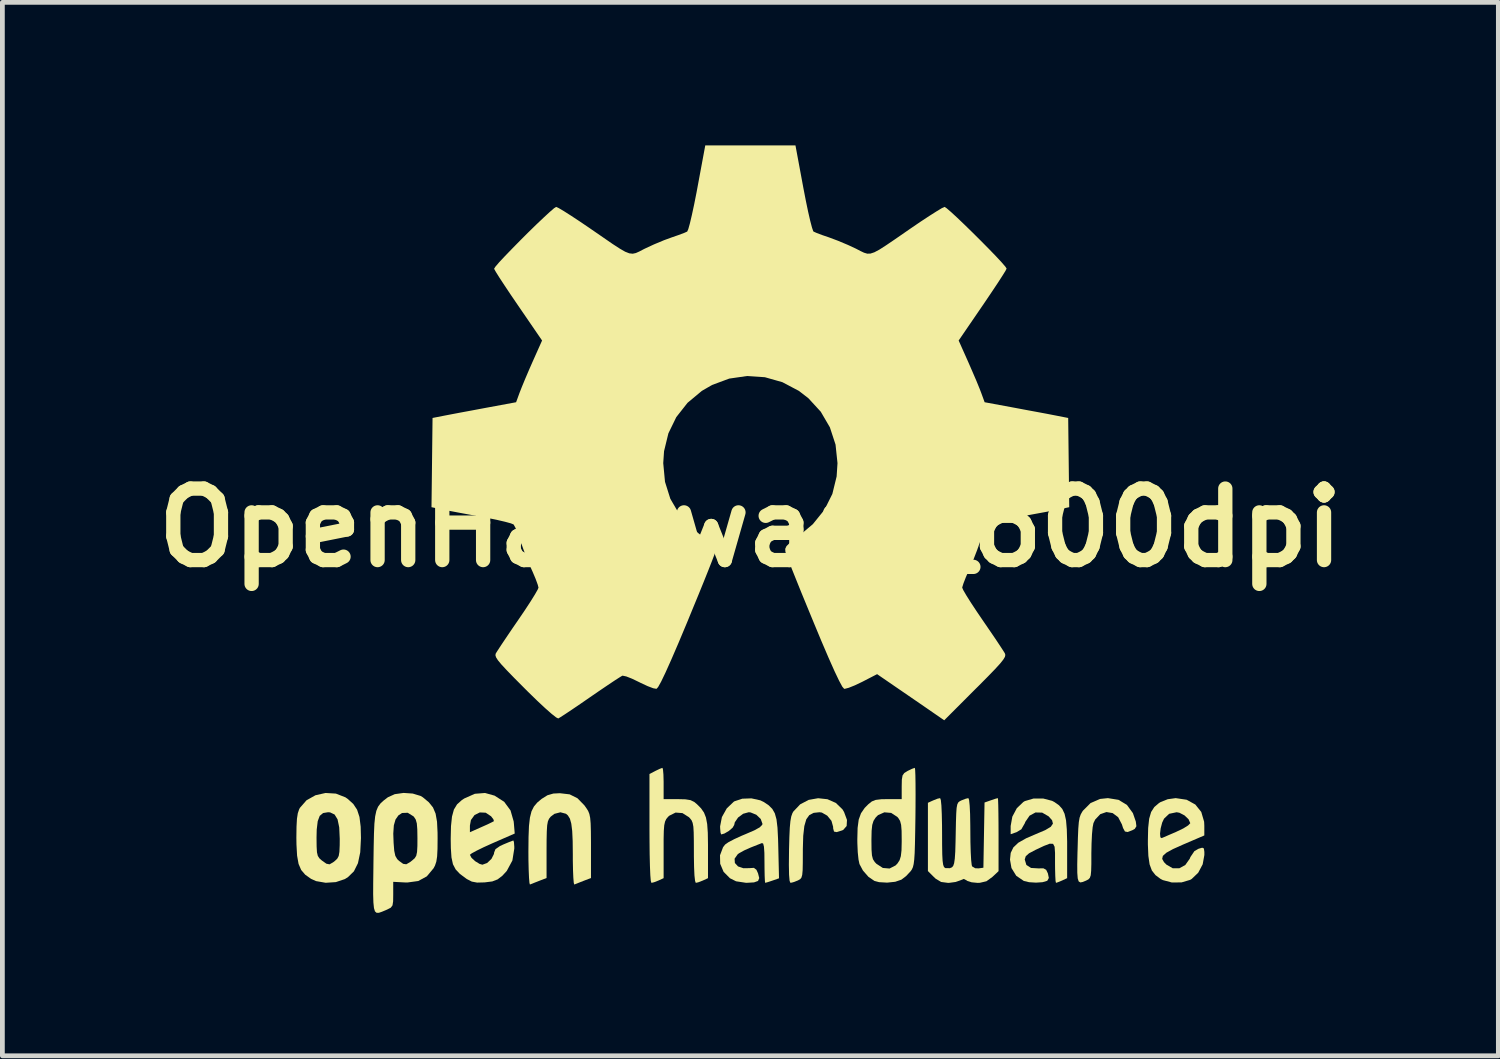
<source format=kicad_pcb>
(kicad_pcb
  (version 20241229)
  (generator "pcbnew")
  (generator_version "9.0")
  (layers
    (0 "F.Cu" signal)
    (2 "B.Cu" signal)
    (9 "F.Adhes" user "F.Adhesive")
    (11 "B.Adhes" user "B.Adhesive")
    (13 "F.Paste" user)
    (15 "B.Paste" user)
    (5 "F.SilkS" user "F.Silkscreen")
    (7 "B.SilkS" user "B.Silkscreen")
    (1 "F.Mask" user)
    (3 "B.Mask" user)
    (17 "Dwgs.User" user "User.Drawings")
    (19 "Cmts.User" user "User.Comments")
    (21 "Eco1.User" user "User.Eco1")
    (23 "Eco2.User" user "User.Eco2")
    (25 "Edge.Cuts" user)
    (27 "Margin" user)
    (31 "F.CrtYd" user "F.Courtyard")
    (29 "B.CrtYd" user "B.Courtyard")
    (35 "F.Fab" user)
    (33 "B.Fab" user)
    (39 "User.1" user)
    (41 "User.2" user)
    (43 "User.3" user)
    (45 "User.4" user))
  (footprint "OpenHardware_600dpi"
    (layer "F.Cu")
    (at 12.693 8.022)
    (property "Reference" "OpenHardware_600dpi" (at 0 0 0) (layer "F.SilkS") (effects (font (size 1.5 1.5) (thickness 0.3))))
    (attr board_only exclude_from_pos_files exclude_from_bom allow_missing_courtyard)
    (fp_poly (pts (xy 1.617 5.696) (xy 1.794 5.774) (xy 1.933 5.909) (xy 1.966 5.965) (xy 2.027 6.13) (xy 2.02 6.258) (xy 1.948 6.34) (xy 1.923 6.351) (xy 1.811 6.386) (xy 1.755 6.375) (xy 1.737 6.308) (xy 1.736 6.273) (xy 1.701 6.149) (xy 1.613 6.041) (xy 1.5 5.976) (xy 1.451 5.969) (xy 1.328 5.982) (xy 1.237 6.029) (xy 1.173 6.118) (xy 1.132 6.26) (xy 1.109 6.464) (xy 1.101 6.741) (xy 1.101 6.807) (xy 1.1 7.03) (xy 1.097 7.184) (xy 1.088 7.282) (xy 1.071 7.341) (xy 1.044 7.374) (xy 1.003 7.397) (xy 0.993 7.402) (xy 0.898 7.438) (xy 0.841 7.451) (xy 0.823 7.409) (xy 0.812 7.283) (xy 0.808 7.073) (xy 0.811 6.781) (xy 0.811 6.761) (xy 0.818 6.493) (xy 0.827 6.295) (xy 0.84 6.155) (xy 0.858 6.057) (xy 0.882 5.989) (xy 0.902 5.954) (xy 1.044 5.804) (xy 1.223 5.71) (xy 1.421 5.675)) (stroke (width 0) (type solid)) (fill yes) (layer "F.SilkS"))
    (fp_poly (pts (xy 7.724 5.709) (xy 7.9 5.815) (xy 8.026 5.988) (xy 8.087 6.165) (xy 8.099 6.263) (xy 8.065 6.318) (xy 8.015 6.346) (xy 7.916 6.384) (xy 7.859 6.373) (xy 7.819 6.3) (xy 7.795 6.224) (xy 7.716 6.073) (xy 7.601 5.987) (xy 7.47 5.965) (xy 7.341 6.01) (xy 7.235 6.122) (xy 7.198 6.197) (xy 7.181 6.284) (xy 7.167 6.435) (xy 7.158 6.627) (xy 7.154 6.833) (xy 7.154 7.05) (xy 7.15 7.198) (xy 7.141 7.292) (xy 7.122 7.346) (xy 7.092 7.378) (xy 7.048 7.401) (xy 7.047 7.402) (xy 6.974 7.432) (xy 6.923 7.442) (xy 6.888 7.42) (xy 6.868 7.357) (xy 6.859 7.241) (xy 6.858 7.064) (xy 6.863 6.814) (xy 6.865 6.761) (xy 6.872 6.502) (xy 6.88 6.312) (xy 6.891 6.178) (xy 6.907 6.084) (xy 6.931 6.015) (xy 6.963 5.958) (xy 6.979 5.935) (xy 7.138 5.776) (xy 7.337 5.69) (xy 7.501 5.673)) (stroke (width 0) (type solid)) (fill yes) (layer "F.SilkS"))
    (fp_poly (pts (xy -3.791 5.594) (xy -3.627 5.676) (xy -3.481 5.826) (xy -3.44 5.884) (xy -3.403 5.943) (xy -3.378 6.005) (xy -3.361 6.087) (xy -3.351 6.203) (xy -3.346 6.368) (xy -3.344 6.598) (xy -3.344 6.686) (xy -3.344 7.349) (xy -3.503 7.41) (xy -3.612 7.453) (xy -3.684 7.482) (xy -3.694 7.486) (xy -3.705 7.451) (xy -3.714 7.346) (xy -3.721 7.184) (xy -3.725 6.98) (xy -3.725 6.859) (xy -3.728 6.574) (xy -3.738 6.361) (xy -3.757 6.209) (xy -3.786 6.104) (xy -3.829 6.035) (xy -3.869 6.001) (xy -3.985 5.97) (xy -4.112 6.003) (xy -4.189 6.062) (xy -4.224 6.106) (xy -4.248 6.161) (xy -4.263 6.243) (xy -4.271 6.367) (xy -4.275 6.548) (xy -4.276 6.752) (xy -4.276 7.349) (xy -4.434 7.41) (xy -4.543 7.453) (xy -4.616 7.482) (xy -4.625 7.486) (xy -4.635 7.451) (xy -4.644 7.344) (xy -4.651 7.181) (xy -4.656 6.973) (xy -4.657 6.797) (xy -4.654 6.492) (xy -4.645 6.258) (xy -4.625 6.082) (xy -4.592 5.95) (xy -4.541 5.849) (xy -4.471 5.766) (xy -4.381 5.69) (xy -4.258 5.613) (xy -4.134 5.577) (xy -3.996 5.57)) (stroke (width 0) (type solid)) (fill yes) (layer "F.SilkS"))
    (fp_poly (pts (xy -8.696 5.578) (xy -8.496 5.656) (xy -8.447 5.69) (xy -8.331 5.795) (xy -8.251 5.916) (xy -8.201 6.069) (xy -8.176 6.271) (xy -8.17 6.511) (xy -8.185 6.809) (xy -8.233 7.038) (xy -8.318 7.209) (xy -8.444 7.332) (xy -8.509 7.372) (xy -8.697 7.435) (xy -8.91 7.449) (xy -9.112 7.414) (xy -9.218 7.366) (xy -9.339 7.28) (xy -9.424 7.181) (xy -9.479 7.053) (xy -9.51 6.88) (xy -9.523 6.647) (xy -9.525 6.505) (xy -9.525 6.502) (xy -9.102 6.502) (xy -9.1 6.688) (xy -9.093 6.809) (xy -9.075 6.885) (xy -9.042 6.936) (xy -8.99 6.982) (xy -8.895 7.049) (xy -8.829 7.062) (xy -8.755 7.02) (xy -8.715 6.989) (xy -8.667 6.943) (xy -8.637 6.887) (xy -8.622 6.8) (xy -8.616 6.662) (xy -8.615 6.528) (xy -8.626 6.286) (xy -8.661 6.118) (xy -8.723 6.017) (xy -8.817 5.972) (xy -8.861 5.969) (xy -8.964 5.986) (xy -9.035 6.045) (xy -9.077 6.156) (xy -9.098 6.332) (xy -9.102 6.502) (xy -9.525 6.502) (xy -9.522 6.272) (xy -9.513 6.107) (xy -9.495 5.991) (xy -9.467 5.908) (xy -9.451 5.877) (xy -9.312 5.718) (xy -9.125 5.613) (xy -8.913 5.565)) (stroke (width 0) (type solid)) (fill yes) (layer "F.SilkS"))
    (fp_poly (pts (xy -1.833 5.077) (xy -1.824 5.18) (xy -1.82 5.327) (xy -1.82 5.366) (xy -1.82 5.694) (xy -1.527 5.694) (xy -1.363 5.698) (xy -1.256 5.715) (xy -1.178 5.753) (xy -1.121 5.8) (xy -1.035 5.887) (xy -0.973 5.976) (xy -0.932 6.08) (xy -0.906 6.217) (xy -0.893 6.401) (xy -0.889 6.649) (xy -0.889 6.743) (xy -0.889 7.352) (xy -0.997 7.402) (xy -1.09 7.438) (xy -1.145 7.451) (xy -1.16 7.41) (xy -1.173 7.296) (xy -1.181 7.12) (xy -1.185 6.892) (xy -1.185 6.814) (xy -1.186 6.568) (xy -1.189 6.393) (xy -1.196 6.273) (xy -1.211 6.193) (xy -1.233 6.139) (xy -1.267 6.096) (xy -1.289 6.073) (xy -1.425 5.987) (xy -1.569 5.976) (xy -1.703 6.043) (xy -1.728 6.067) (xy -1.765 6.112) (xy -1.79 6.165) (xy -1.807 6.242) (xy -1.816 6.358) (xy -1.82 6.528) (xy -1.82 6.759) (xy -1.82 7.352) (xy -1.928 7.402) (xy -2.021 7.438) (xy -2.076 7.451) (xy -2.089 7.409) (xy -2.099 7.29) (xy -2.107 7.1) (xy -2.113 6.844) (xy -2.116 6.531) (xy -2.117 6.309) (xy -2.117 5.167) (xy -1.992 5.102) (xy -1.9 5.058) (xy -1.845 5.038) (xy -1.844 5.038)) (stroke (width 0) (type solid)) (fill yes) (layer "F.SilkS"))
    (fp_poly (pts (xy 6.331 5.73) (xy 6.38 5.756) (xy 6.475 5.823) (xy 6.544 5.9) (xy 6.592 6.001) (xy 6.623 6.139) (xy 6.639 6.329) (xy 6.646 6.584) (xy 6.646 6.722) (xy 6.646 7.352) (xy 6.539 7.402) (xy 6.454 7.437) (xy 6.412 7.451) (xy 6.403 7.411) (xy 6.397 7.305) (xy 6.393 7.15) (xy 6.392 7.024) (xy 6.392 6.821) (xy 6.383 6.693) (xy 6.351 6.632) (xy 6.281 6.629) (xy 6.161 6.675) (xy 5.98 6.76) (xy 5.846 6.831) (xy 5.778 6.892) (xy 5.757 6.958) (xy 5.757 6.962) (xy 5.791 7.076) (xy 5.889 7.138) (xy 6.04 7.147) (xy 6.149 7.146) (xy 6.206 7.177) (xy 6.242 7.252) (xy 6.262 7.348) (xy 6.233 7.402) (xy 6.221 7.41) (xy 6.129 7.437) (xy 5.992 7.446) (xy 5.848 7.437) (xy 5.736 7.41) (xy 5.578 7.302) (xy 5.478 7.14) (xy 5.447 6.964) (xy 5.462 6.822) (xy 5.517 6.708) (xy 5.621 6.609) (xy 5.787 6.515) (xy 5.996 6.425) (xy 6.187 6.344) (xy 6.303 6.274) (xy 6.348 6.208) (xy 6.33 6.137) (xy 6.257 6.055) (xy 6.122 5.977) (xy 5.982 5.974) (xy 5.858 6.041) (xy 5.768 6.172) (xy 5.759 6.198) (xy 5.685 6.327) (xy 5.586 6.387) (xy 5.461 6.43) (xy 5.461 6.258) (xy 5.496 6.062) (xy 5.59 5.885) (xy 5.727 5.754) (xy 5.759 5.735) (xy 5.939 5.682) (xy 6.143 5.681)) (stroke (width 0) (type solid)) (fill yes) (layer "F.SilkS"))
    (fp_poly (pts (xy 9.153 5.707) (xy 9.335 5.807) (xy 9.46 5.963) (xy 9.52 6.168) (xy 9.524 6.251) (xy 9.524 6.456) (xy 9.081 6.646) (xy 8.867 6.742) (xy 8.727 6.819) (xy 8.654 6.885) (xy 8.64 6.948) (xy 8.678 7.016) (xy 8.729 7.068) (xy 8.862 7.145) (xy 9 7.145) (xy 9.125 7.076) (xy 9.219 6.943) (xy 9.232 6.909) (xy 9.316 6.785) (xy 9.401 6.736) (xy 9.48 6.713) (xy 9.515 6.729) (xy 9.525 6.802) (xy 9.525 6.866) (xy 9.49 7.061) (xy 9.396 7.238) (xy 9.259 7.369) (xy 9.227 7.388) (xy 9.047 7.441) (xy 8.843 7.443) (xy 8.655 7.393) (xy 8.606 7.368) (xy 8.499 7.288) (xy 8.424 7.192) (xy 8.376 7.063) (xy 8.35 6.885) (xy 8.34 6.644) (xy 8.34 6.562) (xy 8.343 6.419) (xy 8.595 6.419) (xy 8.602 6.495) (xy 8.628 6.512) (xy 8.681 6.49) (xy 8.789 6.443) (xy 8.931 6.382) (xy 8.945 6.375) (xy 9.083 6.309) (xy 9.184 6.246) (xy 9.228 6.201) (xy 9.229 6.197) (xy 9.193 6.116) (xy 9.108 6.035) (xy 9.002 5.98) (xy 8.943 5.969) (xy 8.786 6.002) (xy 8.679 6.104) (xy 8.64 6.186) (xy 8.608 6.308) (xy 8.595 6.419) (xy 8.343 6.419) (xy 8.346 6.299) (xy 8.367 6.105) (xy 8.408 5.964) (xy 8.475 5.86) (xy 8.572 5.777) (xy 8.606 5.756) (xy 8.756 5.696) (xy 8.924 5.673)) (stroke (width 0) (type solid)) (fill yes) (layer "F.SilkS"))
    (fp_poly (pts (xy -5.366 5.621) (xy -5.165 5.75) (xy -5.032 5.931) (xy -4.966 6.161) (xy -4.962 6.199) (xy -4.944 6.416) (xy -5.414 6.621) (xy -5.595 6.703) (xy -5.744 6.776) (xy -5.845 6.831) (xy -5.884 6.861) (xy -5.884 6.862) (xy -5.851 6.925) (xy -5.773 6.997) (xy -5.681 7.053) (xy -5.622 7.07) (xy -5.523 7.034) (xy -5.432 6.948) (xy -5.38 6.845) (xy -5.376 6.814) (xy -5.348 6.744) (xy -5.253 6.678) (xy -5.182 6.645) (xy -5.067 6.597) (xy -4.989 6.567) (xy -4.971 6.562) (xy -4.96 6.599) (xy -4.953 6.693) (xy -4.953 6.732) (xy -4.993 6.982) (xy -5.111 7.201) (xy -5.202 7.3) (xy -5.303 7.378) (xy -5.415 7.421) (xy -5.575 7.441) (xy -5.577 7.441) (xy -5.734 7.445) (xy -5.845 7.424) (xy -5.946 7.372) (xy -5.965 7.359) (xy -6.094 7.263) (xy -6.183 7.169) (xy -6.24 7.06) (xy -6.271 6.917) (xy -6.284 6.721) (xy -6.287 6.527) (xy -6.284 6.388) (xy -5.884 6.388) (xy -5.641 6.28) (xy -5.511 6.222) (xy -5.417 6.176) (xy -5.38 6.156) (xy -5.392 6.116) (xy -5.44 6.054) (xy -5.553 5.979) (xy -5.676 5.973) (xy -5.787 6.028) (xy -5.863 6.133) (xy -5.884 6.248) (xy -5.884 6.388) (xy -6.284 6.388) (xy -6.281 6.259) (xy -6.26 6.06) (xy -6.22 5.913) (xy -6.154 5.804) (xy -6.057 5.717) (xy -6.002 5.68) (xy -5.781 5.582) (xy -5.567 5.565)) (stroke (width 0) (type solid)) (fill yes) (layer "F.SilkS"))
    (fp_poly (pts (xy -7.084 5.577) (xy -6.919 5.627) (xy -6.871 5.656) (xy -6.746 5.76) (xy -6.659 5.868) (xy -6.604 5.998) (xy -6.574 6.168) (xy -6.563 6.396) (xy -6.562 6.515) (xy -6.564 6.738) (xy -6.572 6.896) (xy -6.589 7.006) (xy -6.617 7.089) (xy -6.646 7.144) (xy -6.788 7.314) (xy -6.968 7.412) (xy -7.195 7.443) (xy -7.25 7.442) (xy -7.493 7.429) (xy -7.493 7.694) (xy -7.495 7.838) (xy -7.508 7.923) (xy -7.545 7.972) (xy -7.615 8.008) (xy -7.646 8.022) (xy -7.73 8.057) (xy -7.794 8.079) (xy -7.842 8.079) (xy -7.876 8.049) (xy -7.897 7.98) (xy -7.909 7.863) (xy -7.914 7.69) (xy -7.913 7.452) (xy -7.909 7.14) (xy -7.908 7.03) (xy -7.903 6.687) (xy -7.897 6.417) (xy -7.897 6.417) (xy -7.492 6.417) (xy -7.485 6.61) (xy -7.472 6.777) (xy -7.449 6.884) (xy -7.409 6.953) (xy -7.37 6.99) (xy -7.284 7.052) (xy -7.219 7.061) (xy -7.139 7.015) (xy -7.097 6.982) (xy -7.043 6.935) (xy -7.01 6.882) (xy -6.993 6.803) (xy -6.986 6.677) (xy -6.985 6.516) (xy -6.988 6.327) (xy -6.998 6.203) (xy -7.021 6.122) (xy -7.058 6.066) (xy -7.07 6.054) (xy -7.189 5.98) (xy -7.308 5.985) (xy -7.384 6.035) (xy -7.445 6.122) (xy -7.48 6.244) (xy -7.492 6.417) (xy -7.897 6.417) (xy -7.888 6.21) (xy -7.872 6.055) (xy -7.847 5.939) (xy -7.811 5.853) (xy -7.761 5.785) (xy -7.696 5.725) (xy -7.612 5.66) (xy -7.605 5.655) (xy -7.461 5.59) (xy -7.276 5.564)) (stroke (width 0) (type solid)) (fill yes) (layer "F.SilkS"))
    (fp_poly (pts (xy 5.197 5.713) (xy 5.201 5.824) (xy 5.204 5.994) (xy 5.206 6.208) (xy 5.207 6.439) (xy 5.207 7.205) (xy 5.076 7.328) (xy 4.953 7.417) (xy 4.817 7.449) (xy 4.766 7.451) (xy 4.643 7.439) (xy 4.552 7.41) (xy 4.537 7.399) (xy 4.478 7.368) (xy 4.402 7.399) (xy 4.307 7.432) (xy 4.175 7.45) (xy 4.146 7.451) (xy 4.002 7.432) (xy 3.887 7.363) (xy 3.849 7.327) (xy 3.725 7.203) (xy 3.725 6.487) (xy 3.725 5.771) (xy 3.833 5.722) (xy 3.926 5.685) (xy 3.981 5.673) (xy 3.996 5.713) (xy 4.008 5.829) (xy 4.016 6.009) (xy 4.021 6.244) (xy 4.022 6.394) (xy 4.023 6.66) (xy 4.026 6.854) (xy 4.033 6.987) (xy 4.045 7.071) (xy 4.062 7.118) (xy 4.087 7.139) (xy 4.091 7.141) (xy 4.184 7.143) (xy 4.229 7.125) (xy 4.255 7.096) (xy 4.275 7.039) (xy 4.289 6.942) (xy 4.299 6.793) (xy 4.305 6.578) (xy 4.308 6.426) (xy 4.313 6.177) (xy 4.319 6) (xy 4.327 5.881) (xy 4.341 5.806) (xy 4.362 5.763) (xy 4.393 5.738) (xy 4.427 5.721) (xy 4.52 5.685) (xy 4.574 5.673) (xy 4.589 5.713) (xy 4.601 5.828) (xy 4.61 6.007) (xy 4.614 6.239) (xy 4.615 6.361) (xy 4.617 6.597) (xy 4.623 6.805) (xy 4.632 6.97) (xy 4.644 7.076) (xy 4.652 7.105) (xy 4.717 7.144) (xy 4.788 7.147) (xy 4.889 7.133) (xy 4.901 6.449) (xy 4.913 5.765) (xy 5.045 5.719) (xy 5.139 5.687) (xy 5.191 5.673) (xy 5.192 5.673)) (stroke (width 0) (type solid)) (fill yes) (layer "F.SilkS"))
    (fp_poly (pts (xy 3.457 5.078) (xy 3.462 5.192) (xy 3.465 5.367) (xy 3.466 5.592) (xy 3.465 5.856) (xy 3.463 6.064) (xy 3.458 6.388) (xy 3.453 6.638) (xy 3.447 6.825) (xy 3.438 6.961) (xy 3.426 7.056) (xy 3.41 7.122) (xy 3.388 7.17) (xy 3.365 7.204) (xy 3.268 7.308) (xy 3.168 7.384) (xy 3.039 7.428) (xy 2.869 7.446) (xy 2.7 7.436) (xy 2.603 7.41) (xy 2.478 7.325) (xy 2.361 7.191) (xy 2.289 7.056) (xy 2.269 6.962) (xy 2.253 6.809) (xy 2.245 6.624) (xy 2.244 6.569) (xy 2.54 6.569) (xy 2.542 6.754) (xy 2.551 6.875) (xy 2.572 6.955) (xy 2.61 7.014) (xy 2.644 7.05) (xy 2.779 7.138) (xy 2.92 7.15) (xy 3.047 7.085) (xy 3.087 7.043) (xy 3.131 6.975) (xy 3.157 6.891) (xy 3.171 6.769) (xy 3.175 6.589) (xy 3.175 6.548) (xy 3.173 6.359) (xy 3.163 6.234) (xy 3.141 6.151) (xy 3.104 6.091) (xy 3.083 6.067) (xy 2.954 5.983) (xy 2.811 5.971) (xy 2.678 6.03) (xy 2.628 6.081) (xy 2.584 6.149) (xy 2.557 6.235) (xy 2.544 6.357) (xy 2.54 6.54) (xy 2.54 6.569) (xy 2.244 6.569) (xy 2.244 6.536) (xy 2.25 6.298) (xy 2.273 6.124) (xy 2.321 5.991) (xy 2.398 5.879) (xy 2.476 5.8) (xy 2.549 5.742) (xy 2.631 5.71) (xy 2.749 5.696) (xy 2.882 5.694) (xy 3.175 5.694) (xy 3.175 5.43) (xy 3.178 5.284) (xy 3.193 5.197) (xy 3.229 5.146) (xy 3.296 5.104) (xy 3.3 5.102) (xy 3.392 5.058) (xy 3.448 5.038) (xy 3.45 5.038)) (stroke (width 0) (type solid)) (fill yes) (layer "F.SilkS"))
    (fp_poly (pts (xy 0.208 5.719) (xy 0.283 5.755) (xy 0.385 5.824) (xy 0.46 5.899) (xy 0.513 5.992) (xy 0.548 6.118) (xy 0.569 6.293) (xy 0.581 6.528) (xy 0.586 6.713) (xy 0.601 7.355) (xy 0.464 7.403) (xy 0.367 7.435) (xy 0.313 7.45) (xy 0.311 7.451) (xy 0.305 7.411) (xy 0.3 7.305) (xy 0.297 7.15) (xy 0.296 7.023) (xy 0.294 6.821) (xy 0.285 6.692) (xy 0.269 6.628) (xy 0.244 6.616) (xy 0.243 6.616) (xy 0.174 6.643) (xy 0.06 6.688) (xy 0 6.712) (xy -0.13 6.77) (xy -0.236 6.829) (xy -0.265 6.85) (xy -0.331 6.944) (xy -0.325 7.034) (xy -0.259 7.106) (xy -0.145 7.144) (xy -0.023 7.142) (xy 0.074 7.136) (xy 0.127 7.176) (xy 0.161 7.251) (xy 0.186 7.351) (xy 0.161 7.411) (xy 0.076 7.441) (xy -0.082 7.45) (xy -0.089 7.45) (xy -0.3 7.418) (xy -0.428 7.354) (xy -0.562 7.219) (xy -0.633 7.051) (xy -0.637 6.872) (xy -0.573 6.703) (xy -0.53 6.647) (xy -0.462 6.599) (xy -0.337 6.533) (xy -0.177 6.46) (xy -0.105 6.43) (xy 0.083 6.349) (xy 0.198 6.285) (xy 0.249 6.232) (xy 0.254 6.212) (xy 0.217 6.11) (xy 0.125 6.022) (xy 0.005 5.973) (xy -0.035 5.969) (xy -0.151 6.001) (xy -0.258 6.08) (xy -0.327 6.181) (xy -0.339 6.235) (xy -0.372 6.293) (xy -0.452 6.362) (xy -0.545 6.416) (xy -0.612 6.435) (xy -0.626 6.397) (xy -0.634 6.303) (xy -0.635 6.265) (xy -0.597 6.07) (xy -0.495 5.888) (xy -0.349 5.749) (xy -0.333 5.739) (xy -0.17 5.685) (xy 0.022 5.678)) (stroke (width 0) (type solid)) (fill yes) (layer "F.SilkS"))
    (fp_poly (pts (xy 1.111 -7.134) (xy 1.162 -6.87) (xy 1.211 -6.634) (xy 1.256 -6.438) (xy 1.293 -6.297) (xy 1.319 -6.222) (xy 1.325 -6.214) (xy 1.389 -6.185) (xy 1.508 -6.14) (xy 1.651 -6.091) (xy 1.838 -6.021) (xy 2.05 -5.932) (xy 2.213 -5.856) (xy 2.309 -5.806) (xy 2.385 -5.77) (xy 2.452 -5.75) (xy 2.52 -5.752) (xy 2.602 -5.779) (xy 2.707 -5.835) (xy 2.847 -5.925) (xy 3.033 -6.051) (xy 3.276 -6.219) (xy 3.351 -6.271) (xy 3.562 -6.415) (xy 3.752 -6.54) (xy 3.908 -6.639) (xy 4.019 -6.706) (xy 4.074 -6.731) (xy 4.075 -6.731) (xy 4.119 -6.702) (xy 4.211 -6.623) (xy 4.34 -6.504) (xy 4.494 -6.357) (xy 4.663 -6.192) (xy 4.836 -6.02) (xy 5.002 -5.852) (xy 5.15 -5.699) (xy 5.269 -5.571) (xy 5.348 -5.48) (xy 5.376 -5.437) (xy 5.353 -5.391) (xy 5.289 -5.288) (xy 5.191 -5.136) (xy 5.065 -4.947) (xy 4.92 -4.732) (xy 4.873 -4.663) (xy 4.37 -3.928) (xy 4.571 -3.477) (xy 4.659 -3.275) (xy 4.743 -3.08) (xy 4.809 -2.918) (xy 4.843 -2.83) (xy 4.915 -2.633) (xy 5.537 -2.518) (xy 5.781 -2.472) (xy 6.019 -2.428) (xy 6.228 -2.389) (xy 6.382 -2.359) (xy 6.413 -2.353) (xy 6.668 -2.303) (xy 6.679 -1.367) (xy 6.69 -0.431) (xy 6.488 -0.388) (xy 6.374 -0.365) (xy 6.197 -0.331) (xy 5.979 -0.291) (xy 5.741 -0.247) (xy 5.652 -0.231) (xy 5.427 -0.188) (xy 5.231 -0.146) (xy 5.079 -0.108) (xy 4.987 -0.079) (xy 4.969 -0.069) (xy 4.933 -0.007) (xy 4.883 0.112) (xy 4.83 0.262) (xy 4.826 0.275) (xy 4.757 0.47) (xy 4.671 0.692) (xy 4.588 0.884) (xy 4.521 1.038) (xy 4.471 1.167) (xy 4.446 1.248) (xy 4.445 1.258) (xy 4.468 1.311) (xy 4.532 1.421) (xy 4.629 1.575) (xy 4.752 1.761) (xy 4.869 1.933) (xy 5.01 2.139) (xy 5.137 2.325) (xy 5.24 2.48) (xy 5.311 2.589) (xy 5.339 2.634) (xy 5.349 2.668) (xy 5.341 2.709) (xy 5.306 2.767) (xy 5.24 2.85) (xy 5.135 2.965) (xy 4.984 3.121) (xy 4.781 3.326) (xy 4.726 3.38) (xy 4.067 4.04) (xy 3.822 3.871) (xy 3.689 3.779) (xy 3.51 3.656) (xy 3.309 3.518) (xy 3.118 3.387) (xy 2.659 3.072) (xy 2.347 3.233) (xy 2.194 3.306) (xy 2.064 3.358) (xy 1.98 3.38) (xy 1.967 3.379) (xy 1.929 3.335) (xy 1.862 3.211) (xy 1.765 3.008) (xy 1.639 2.725) (xy 1.484 2.363) (xy 1.329 1.99) (xy 1.195 1.665) (xy 1.07 1.361) (xy 0.96 1.088) (xy 0.867 0.856) (xy 0.796 0.674) (xy 0.751 0.552) (xy 0.735 0.504) (xy 0.731 0.443) (xy 0.757 0.387) (xy 0.825 0.319) (xy 0.948 0.225) (xy 0.988 0.197) (xy 1.311 -0.075) (xy 1.554 -0.376) (xy 1.72 -0.709) (xy 1.81 -1.076) (xy 1.828 -1.355) (xy 1.787 -1.744) (xy 1.668 -2.107) (xy 1.477 -2.434) (xy 1.217 -2.717) (xy 1.018 -2.871) (xy 0.671 -3.054) (xy 0.304 -3.158) (xy -0.07 -3.183) (xy -0.443 -3.129) (xy -0.804 -2.995) (xy -1.018 -2.871) (xy -1.318 -2.621) (xy -1.554 -2.321) (xy -1.72 -1.98) (xy -1.811 -1.606) (xy -1.828 -1.355) (xy -1.791 -0.963) (xy -1.679 -0.607) (xy -1.49 -0.284) (xy -1.223 0.009) (xy -0.988 0.197) (xy -0.849 0.299) (xy -0.769 0.372) (xy -0.734 0.43) (xy -0.732 0.488) (xy -0.735 0.504) (xy -0.756 0.568) (xy -0.806 0.7) (xy -0.881 0.891) (xy -0.977 1.131) (xy -1.09 1.409) (xy -1.217 1.717) (xy -1.329 1.99) (xy -1.508 2.417) (xy -1.658 2.765) (xy -1.779 3.035) (xy -1.871 3.227) (xy -1.935 3.342) (xy -1.969 3.38) (xy -2.038 3.368) (xy -2.156 3.323) (xy -2.302 3.255) (xy -2.334 3.239) (xy -2.481 3.168) (xy -2.603 3.12) (xy -2.679 3.104) (xy -2.687 3.105) (xy -2.739 3.136) (xy -2.848 3.206) (xy -3.002 3.309) (xy -3.188 3.435) (xy -3.361 3.554) (xy -3.564 3.694) (xy -3.745 3.817) (xy -3.892 3.915) (xy -3.992 3.979) (xy -4.031 4.002) (xy -4.076 3.979) (xy -4.171 3.904) (xy -4.307 3.784) (xy -4.475 3.627) (xy -4.666 3.441) (xy -4.735 3.372) (xy -4.95 3.156) (xy -5.11 2.991) (xy -5.224 2.868) (xy -5.297 2.78) (xy -5.336 2.718) (xy -5.349 2.674) (xy -5.342 2.639) (xy -5.339 2.634) (xy -5.3 2.572) (xy -5.222 2.453) (xy -5.114 2.292) (xy -4.984 2.1) (xy -4.869 1.933) (xy -4.731 1.73) (xy -4.612 1.548) (xy -4.52 1.4) (xy -4.462 1.298) (xy -4.445 1.257) (xy -4.462 1.192) (xy -4.506 1.072) (xy -4.569 0.923) (xy -4.587 0.884) (xy -4.673 0.683) (xy -4.759 0.461) (xy -4.825 0.275) (xy -4.878 0.123) (xy -4.929 0.001) (xy -4.966 -0.066) (xy -4.969 -0.069) (xy -5.025 -0.092) (xy -5.15 -0.126) (xy -5.326 -0.167) (xy -5.538 -0.21) (xy -5.652 -0.231) (xy -5.892 -0.275) (xy -6.12 -0.317) (xy -6.314 -0.354) (xy -6.454 -0.381) (xy -6.488 -0.388) (xy -6.69 -0.431) (xy -6.679 -1.367) (xy -6.668 -2.303) (xy -6.413 -2.353) (xy -6.278 -2.379) (xy -6.083 -2.416) (xy -5.851 -2.459) (xy -5.606 -2.505) (xy -5.537 -2.518) (xy -4.915 -2.633) (xy -4.843 -2.83) (xy -4.796 -2.95) (xy -4.725 -3.122) (xy -4.64 -3.321) (xy -4.571 -3.478) (xy -4.37 -3.928) (xy -4.873 -4.662) (xy -5.023 -4.882) (xy -5.155 -5.08) (xy -5.263 -5.244) (xy -5.338 -5.364) (xy -5.374 -5.428) (xy -5.376 -5.435) (xy -5.347 -5.48) (xy -5.268 -5.572) (xy -5.148 -5.7) (xy -5 -5.853) (xy -4.834 -6.022) (xy -4.662 -6.194) (xy -4.493 -6.359) (xy -4.338 -6.506) (xy -4.21 -6.624) (xy -4.119 -6.703) (xy -4.075 -6.731) (xy -4.024 -6.708) (xy -3.915 -6.644) (xy -3.761 -6.546) (xy -3.573 -6.422) (xy -3.362 -6.279) (xy -3.351 -6.271) (xy -3.091 -6.092) (xy -2.891 -5.954) (xy -2.74 -5.856) (xy -2.627 -5.791) (xy -2.54 -5.757) (xy -2.469 -5.749) (xy -2.403 -5.763) (xy -2.331 -5.795) (xy -2.241 -5.842) (xy -2.213 -5.856) (xy -2.021 -5.945) (xy -1.81 -6.033) (xy -1.651 -6.091) (xy -1.504 -6.142) (xy -1.387 -6.186) (xy -1.325 -6.214) (xy -1.303 -6.263) (xy -1.269 -6.384) (xy -1.227 -6.562) (xy -1.179 -6.785) (xy -1.128 -7.042) (xy -1.111 -7.134) (xy -0.946 -8.022) (xy 0 -8.022) (xy 0.946 -8.022)) (stroke (width 0) (type solid)) (fill yes) (layer "F.SilkS")))
  (gr_rect
    (start -3 -3)
    (end 28.386 19.101)
    (stroke (width 0.1) (type default))
    (fill no)
    (layer "Edge.Cuts")))
</source>
